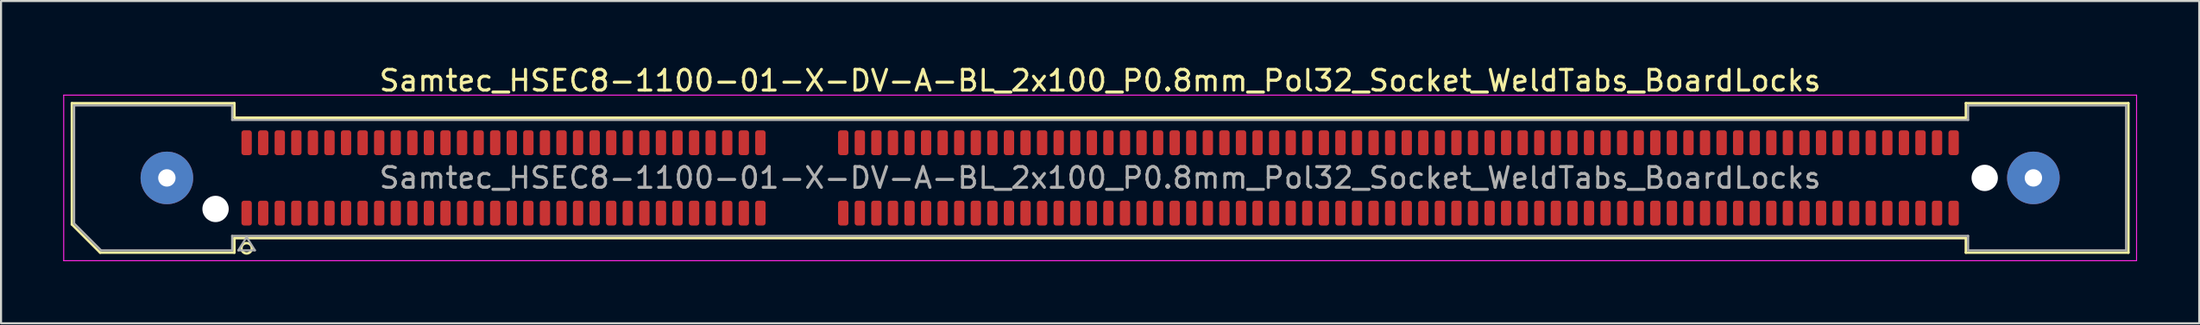
<source format=kicad_pcb>
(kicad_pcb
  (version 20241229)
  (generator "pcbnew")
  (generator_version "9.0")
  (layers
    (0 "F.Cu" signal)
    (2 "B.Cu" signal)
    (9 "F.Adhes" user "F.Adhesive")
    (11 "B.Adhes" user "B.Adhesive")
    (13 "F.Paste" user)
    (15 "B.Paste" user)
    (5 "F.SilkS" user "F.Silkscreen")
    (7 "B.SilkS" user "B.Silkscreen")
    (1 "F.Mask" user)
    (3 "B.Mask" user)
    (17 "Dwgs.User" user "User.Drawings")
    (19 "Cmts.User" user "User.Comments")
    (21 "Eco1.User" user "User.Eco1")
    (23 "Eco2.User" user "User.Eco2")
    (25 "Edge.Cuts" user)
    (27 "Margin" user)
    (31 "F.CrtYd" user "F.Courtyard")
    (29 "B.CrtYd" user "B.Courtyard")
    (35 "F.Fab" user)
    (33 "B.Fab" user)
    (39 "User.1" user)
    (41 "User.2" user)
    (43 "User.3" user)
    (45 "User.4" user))
  (footprint "Samtec_HSEC8-1100-01-X-DV-A-BL_2x100_P0.8mm_Pol32_Socket_WeldTabs_BoardLocks"
    (layer "F.Cu")
    (at 50.055 5.548)
    (property "Reference" "Samtec_HSEC8-1100-01-X-DV-A-BL_2x100_P0.8mm_Pol32_Socket_WeldTabs_BoardLocks" (at 0 -4.7 0) (layer "F.SilkS") (effects (font (size 1 1) (thickness 0.15))))
    (attr smd)
    (fp_line (start -49.635 -3.61) (end -41.79 -3.61) (stroke (width 0.12) (type solid)) (layer "F.SilkS"))
    (fp_line (start -49.635 2.246) (end -49.635 -3.61) (stroke (width 0.12) (type solid)) (layer "F.SilkS"))
    (fp_line (start -48.271 3.61) (end -49.635 2.246) (stroke (width 0.12) (type solid)) (layer "F.SilkS"))
    (fp_line (start -41.79 -3.61) (end -41.79 -2.91) (stroke (width 0.12) (type solid)) (layer "F.SilkS"))
    (fp_line (start -41.79 -2.91) (end 41.79 -2.91) (stroke (width 0.12) (type solid)) (layer "F.SilkS"))
    (fp_line (start -41.79 2.91) (end -41.79 3.61) (stroke (width 0.12) (type solid)) (layer "F.SilkS"))
    (fp_line (start -41.79 3.61) (end -48.271 3.61) (stroke (width 0.12) (type solid)) (layer "F.SilkS"))
    (fp_line (start 41.79 -3.61) (end 49.635 -3.61) (stroke (width 0.12) (type solid)) (layer "F.SilkS"))
    (fp_line (start 41.79 -2.91) (end 41.79 -3.61) (stroke (width 0.12) (type solid)) (layer "F.SilkS"))
    (fp_line (start 41.79 2.91) (end -41.79 2.91) (stroke (width 0.12) (type solid)) (layer "F.SilkS"))
    (fp_line (start 41.79 3.61) (end 41.79 2.91) (stroke (width 0.12) (type solid)) (layer "F.SilkS"))
    (fp_line (start 49.635 -3.61) (end 49.635 3.61) (stroke (width 0.12) (type solid)) (layer "F.SilkS"))
    (fp_line (start 49.635 3.61) (end 41.79 3.61) (stroke (width 0.12) (type solid)) (layer "F.SilkS"))
    (fp_circle (center -41.2 3.4) (end -40.95 3.4) (stroke (width 0.12) (type solid)) (fill no) (layer "F.SilkS"))
    (fp_line (start -50.03 -4) (end -50.03 4) (stroke (width 0.05) (type solid)) (layer "F.CrtYd"))
    (fp_line (start -50.03 4) (end 50.03 4) (stroke (width 0.05) (type solid)) (layer "F.CrtYd"))
    (fp_line (start 50.03 -4) (end -50.03 -4) (stroke (width 0.05) (type solid)) (layer "F.CrtYd"))
    (fp_line (start 50.03 4) (end 50.03 -4) (stroke (width 0.05) (type solid)) (layer "F.CrtYd"))
    (fp_line (start -49.525 -3.5) (end -41.9 -3.5) (stroke (width 0.1) (type solid)) (layer "F.Fab"))
    (fp_line (start -49.525 2.2) (end -49.525 -3.5) (stroke (width 0.1) (type solid)) (layer "F.Fab"))
    (fp_line (start -48.225 3.5) (end -49.525 2.2) (stroke (width 0.1) (type solid)) (layer "F.Fab"))
    (fp_line (start -41.9 -3.5) (end -41.9 -2.8) (stroke (width 0.1) (type solid)) (layer "F.Fab"))
    (fp_line (start -41.9 -2.8) (end 41.9 -2.8) (stroke (width 0.1) (type solid)) (layer "F.Fab"))
    (fp_line (start -41.9 2.8) (end -41.9 3.5) (stroke (width 0.1) (type solid)) (layer "F.Fab"))
    (fp_line (start -41.9 3.5) (end -48.225 3.5) (stroke (width 0.1) (type solid)) (layer "F.Fab"))
    (fp_line (start -41.6 3.5) (end -41.2 2.86) (stroke (width 0.1) (type solid)) (layer "F.Fab"))
    (fp_line (start -41.2 2.86) (end -40.8 3.5) (stroke (width 0.1) (type solid)) (layer "F.Fab"))
    (fp_line (start -40.8 3.5) (end -41.6 3.5) (stroke (width 0.1) (type solid)) (layer "F.Fab"))
    (fp_line (start 41.9 -3.5) (end 49.525 -3.5) (stroke (width 0.1) (type solid)) (layer "F.Fab"))
    (fp_line (start 41.9 -2.8) (end 41.9 -3.5) (stroke (width 0.1) (type solid)) (layer "F.Fab"))
    (fp_line (start 41.9 2.8) (end -41.9 2.8) (stroke (width 0.1) (type solid)) (layer "F.Fab"))
    (fp_line (start 41.9 3.5) (end 41.9 2.8) (stroke (width 0.1) (type solid)) (layer "F.Fab"))
    (fp_line (start 49.525 -3.5) (end 49.525 3.5) (stroke (width 0.1) (type solid)) (layer "F.Fab"))
    (fp_line (start 49.525 3.5) (end 41.9 3.5) (stroke (width 0.1) (type solid)) (layer "F.Fab"))
    (fp_text user "${REFERENCE}" (at 0 0 0) (layer "F.Fab") (effects (font (size 1 1) (thickness 0.15))))
    (pad "" thru_hole circle (at -45.05 0) (size 2.54 2.54) (drill 0.84) (layers "*.Cu" "*.Mask" "F.Paste"))
    (pad "" np_thru_hole circle (at -42.7 1.5) (size 1.27 1.27) (drill 1.27) (layers "*.Cu" "*.Mask"))
    (pad "" np_thru_hole circle (at 42.7 0) (size 1.27 1.27) (drill 1.27) (layers "*.Cu" "*.Mask"))
    (pad "" thru_hole circle (at 45.05 0) (size 2.54 2.54) (drill 0.84) (layers "*.Cu" "*.Mask" "F.Paste"))
    (pad "1" smd roundrect (at -41.2 1.7) (size 0.5 1.2) (layers "F.Cu" "F.Mask" "F.Paste") (roundrect_rratio 0.25))
    (pad "2" smd roundrect (at -41.2 -1.7) (size 0.5 1.2) (layers "F.Cu" "F.Mask" "F.Paste") (roundrect_rratio 0.25))
    (pad "3" smd roundrect (at -40.4 1.7) (size 0.5 1.2) (layers "F.Cu" "F.Mask" "F.Paste") (roundrect_rratio 0.25))
    (pad "4" smd roundrect (at -40.4 -1.7) (size 0.5 1.2) (layers "F.Cu" "F.Mask" "F.Paste") (roundrect_rratio 0.25))
    (pad "5" smd roundrect (at -39.6 1.7) (size 0.5 1.2) (layers "F.Cu" "F.Mask" "F.Paste") (roundrect_rratio 0.25))
    (pad "6" smd roundrect (at -39.6 -1.7) (size 0.5 1.2) (layers "F.Cu" "F.Mask" "F.Paste") (roundrect_rratio 0.25))
    (pad "7" smd roundrect (at -38.8 1.7) (size 0.5 1.2) (layers "F.Cu" "F.Mask" "F.Paste") (roundrect_rratio 0.25))
    (pad "8" smd roundrect (at -38.8 -1.7) (size 0.5 1.2) (layers "F.Cu" "F.Mask" "F.Paste") (roundrect_rratio 0.25))
    (pad "9" smd roundrect (at -38 1.7) (size 0.5 1.2) (layers "F.Cu" "F.Mask" "F.Paste") (roundrect_rratio 0.25))
    (pad "10" smd roundrect (at -38 -1.7) (size 0.5 1.2) (layers "F.Cu" "F.Mask" "F.Paste") (roundrect_rratio 0.25))
    (pad "11" smd roundrect (at -37.2 1.7) (size 0.5 1.2) (layers "F.Cu" "F.Mask" "F.Paste") (roundrect_rratio 0.25))
    (pad "12" smd roundrect (at -37.2 -1.7) (size 0.5 1.2) (layers "F.Cu" "F.Mask" "F.Paste") (roundrect_rratio 0.25))
    (pad "13" smd roundrect (at -36.4 1.7) (size 0.5 1.2) (layers "F.Cu" "F.Mask" "F.Paste") (roundrect_rratio 0.25))
    (pad "14" smd roundrect (at -36.4 -1.7) (size 0.5 1.2) (layers "F.Cu" "F.Mask" "F.Paste") (roundrect_rratio 0.25))
    (pad "15" smd roundrect (at -35.6 1.7) (size 0.5 1.2) (layers "F.Cu" "F.Mask" "F.Paste") (roundrect_rratio 0.25))
    (pad "16" smd roundrect (at -35.6 -1.7) (size 0.5 1.2) (layers "F.Cu" "F.Mask" "F.Paste") (roundrect_rratio 0.25))
    (pad "17" smd roundrect (at -34.8 1.7) (size 0.5 1.2) (layers "F.Cu" "F.Mask" "F.Paste") (roundrect_rratio 0.25))
    (pad "18" smd roundrect (at -34.8 -1.7) (size 0.5 1.2) (layers "F.Cu" "F.Mask" "F.Paste") (roundrect_rratio 0.25))
    (pad "19" smd roundrect (at -34 1.7) (size 0.5 1.2) (layers "F.Cu" "F.Mask" "F.Paste") (roundrect_rratio 0.25))
    (pad "20" smd roundrect (at -34 -1.7) (size 0.5 1.2) (layers "F.Cu" "F.Mask" "F.Paste") (roundrect_rratio 0.25))
    (pad "21" smd roundrect (at -33.2 1.7) (size 0.5 1.2) (layers "F.Cu" "F.Mask" "F.Paste") (roundrect_rratio 0.25))
    (pad "22" smd roundrect (at -33.2 -1.7) (size 0.5 1.2) (layers "F.Cu" "F.Mask" "F.Paste") (roundrect_rratio 0.25))
    (pad "23" smd roundrect (at -32.4 1.7) (size 0.5 1.2) (layers "F.Cu" "F.Mask" "F.Paste") (roundrect_rratio 0.25))
    (pad "24" smd roundrect (at -32.4 -1.7) (size 0.5 1.2) (layers "F.Cu" "F.Mask" "F.Paste") (roundrect_rratio 0.25))
    (pad "25" smd roundrect (at -31.6 1.7) (size 0.5 1.2) (layers "F.Cu" "F.Mask" "F.Paste") (roundrect_rratio 0.25))
    (pad "26" smd roundrect (at -31.6 -1.7) (size 0.5 1.2) (layers "F.Cu" "F.Mask" "F.Paste") (roundrect_rratio 0.25))
    (pad "27" smd roundrect (at -30.8 1.7) (size 0.5 1.2) (layers "F.Cu" "F.Mask" "F.Paste") (roundrect_rratio 0.25))
    (pad "28" smd roundrect (at -30.8 -1.7) (size 0.5 1.2) (layers "F.Cu" "F.Mask" "F.Paste") (roundrect_rratio 0.25))
    (pad "29" smd roundrect (at -30 1.7) (size 0.5 1.2) (layers "F.Cu" "F.Mask" "F.Paste") (roundrect_rratio 0.25))
    (pad "30" smd roundrect (at -30 -1.7) (size 0.5 1.2) (layers "F.Cu" "F.Mask" "F.Paste") (roundrect_rratio 0.25))
    (pad "31" smd roundrect (at -29.2 1.7) (size 0.5 1.2) (layers "F.Cu" "F.Mask" "F.Paste") (roundrect_rratio 0.25))
    (pad "32" smd roundrect (at -29.2 -1.7) (size 0.5 1.2) (layers "F.Cu" "F.Mask" "F.Paste") (roundrect_rratio 0.25))
    (pad "33" smd roundrect (at -28.4 1.7) (size 0.5 1.2) (layers "F.Cu" "F.Mask" "F.Paste") (roundrect_rratio 0.25))
    (pad "34" smd roundrect (at -28.4 -1.7) (size 0.5 1.2) (layers "F.Cu" "F.Mask" "F.Paste") (roundrect_rratio 0.25))
    (pad "35" smd roundrect (at -27.6 1.7) (size 0.5 1.2) (layers "F.Cu" "F.Mask" "F.Paste") (roundrect_rratio 0.25))
    (pad "36" smd roundrect (at -27.6 -1.7) (size 0.5 1.2) (layers "F.Cu" "F.Mask" "F.Paste") (roundrect_rratio 0.25))
    (pad "37" smd roundrect (at -26.8 1.7) (size 0.5 1.2) (layers "F.Cu" "F.Mask" "F.Paste") (roundrect_rratio 0.25))
    (pad "38" smd roundrect (at -26.8 -1.7) (size 0.5 1.2) (layers "F.Cu" "F.Mask" "F.Paste") (roundrect_rratio 0.25))
    (pad "39" smd roundrect (at -26 1.7) (size 0.5 1.2) (layers "F.Cu" "F.Mask" "F.Paste") (roundrect_rratio 0.25))
    (pad "40" smd roundrect (at -26 -1.7) (size 0.5 1.2) (layers "F.Cu" "F.Mask" "F.Paste") (roundrect_rratio 0.25))
    (pad "41" smd roundrect (at -25.2 1.7) (size 0.5 1.2) (layers "F.Cu" "F.Mask" "F.Paste") (roundrect_rratio 0.25))
    (pad "42" smd roundrect (at -25.2 -1.7) (size 0.5 1.2) (layers "F.Cu" "F.Mask" "F.Paste") (roundrect_rratio 0.25))
    (pad "43" smd roundrect (at -24.4 1.7) (size 0.5 1.2) (layers "F.Cu" "F.Mask" "F.Paste") (roundrect_rratio 0.25))
    (pad "44" smd roundrect (at -24.4 -1.7) (size 0.5 1.2) (layers "F.Cu" "F.Mask" "F.Paste") (roundrect_rratio 0.25))
    (pad "45" smd roundrect (at -23.6 1.7) (size 0.5 1.2) (layers "F.Cu" "F.Mask" "F.Paste") (roundrect_rratio 0.25))
    (pad "46" smd roundrect (at -23.6 -1.7) (size 0.5 1.2) (layers "F.Cu" "F.Mask" "F.Paste") (roundrect_rratio 0.25))
    (pad "47" smd roundrect (at -22.8 1.7) (size 0.5 1.2) (layers "F.Cu" "F.Mask" "F.Paste") (roundrect_rratio 0.25))
    (pad "48" smd roundrect (at -22.8 -1.7) (size 0.5 1.2) (layers "F.Cu" "F.Mask" "F.Paste") (roundrect_rratio 0.25))
    (pad "49" smd roundrect (at -22 1.7) (size 0.5 1.2) (layers "F.Cu" "F.Mask" "F.Paste") (roundrect_rratio 0.25))
    (pad "50" smd roundrect (at -22 -1.7) (size 0.5 1.2) (layers "F.Cu" "F.Mask" "F.Paste") (roundrect_rratio 0.25))
    (pad "51" smd roundrect (at -21.2 1.7) (size 0.5 1.2) (layers "F.Cu" "F.Mask" "F.Paste") (roundrect_rratio 0.25))
    (pad "52" smd roundrect (at -21.2 -1.7) (size 0.5 1.2) (layers "F.Cu" "F.Mask" "F.Paste") (roundrect_rratio 0.25))
    (pad "53" smd roundrect (at -20.4 1.7) (size 0.5 1.2) (layers "F.Cu" "F.Mask" "F.Paste") (roundrect_rratio 0.25))
    (pad "54" smd roundrect (at -20.4 -1.7) (size 0.5 1.2) (layers "F.Cu" "F.Mask" "F.Paste") (roundrect_rratio 0.25))
    (pad "55" smd roundrect (at -19.6 1.7) (size 0.5 1.2) (layers "F.Cu" "F.Mask" "F.Paste") (roundrect_rratio 0.25))
    (pad "56" smd roundrect (at -19.6 -1.7) (size 0.5 1.2) (layers "F.Cu" "F.Mask" "F.Paste") (roundrect_rratio 0.25))
    (pad "57" smd roundrect (at -18.8 1.7) (size 0.5 1.2) (layers "F.Cu" "F.Mask" "F.Paste") (roundrect_rratio 0.25))
    (pad "58" smd roundrect (at -18.8 -1.7) (size 0.5 1.2) (layers "F.Cu" "F.Mask" "F.Paste") (roundrect_rratio 0.25))
    (pad "59" smd roundrect (at -18 1.7) (size 0.5 1.2) (layers "F.Cu" "F.Mask" "F.Paste") (roundrect_rratio 0.25))
    (pad "60" smd roundrect (at -18 -1.7) (size 0.5 1.2) (layers "F.Cu" "F.Mask" "F.Paste") (roundrect_rratio 0.25))
    (pad "61" smd roundrect (at -17.2 1.7) (size 0.5 1.2) (layers "F.Cu" "F.Mask" "F.Paste") (roundrect_rratio 0.25))
    (pad "62" smd roundrect (at -17.2 -1.7) (size 0.5 1.2) (layers "F.Cu" "F.Mask" "F.Paste") (roundrect_rratio 0.25))
    (pad "63" smd roundrect (at -16.4 1.7) (size 0.5 1.2) (layers "F.Cu" "F.Mask" "F.Paste") (roundrect_rratio 0.25))
    (pad "64" smd roundrect (at -16.4 -1.7) (size 0.5 1.2) (layers "F.Cu" "F.Mask" "F.Paste") (roundrect_rratio 0.25))
    (pad "65" smd roundrect (at -12.4 1.7) (size 0.5 1.2) (layers "F.Cu" "F.Mask" "F.Paste") (roundrect_rratio 0.25))
    (pad "66" smd roundrect (at -12.4 -1.7) (size 0.5 1.2) (layers "F.Cu" "F.Mask" "F.Paste") (roundrect_rratio 0.25))
    (pad "67" smd roundrect (at -11.6 1.7) (size 0.5 1.2) (layers "F.Cu" "F.Mask" "F.Paste") (roundrect_rratio 0.25))
    (pad "68" smd roundrect (at -11.6 -1.7) (size 0.5 1.2) (layers "F.Cu" "F.Mask" "F.Paste") (roundrect_rratio 0.25))
    (pad "69" smd roundrect (at -10.8 1.7) (size 0.5 1.2) (layers "F.Cu" "F.Mask" "F.Paste") (roundrect_rratio 0.25))
    (pad "70" smd roundrect (at -10.8 -1.7) (size 0.5 1.2) (layers "F.Cu" "F.Mask" "F.Paste") (roundrect_rratio 0.25))
    (pad "71" smd roundrect (at -10 1.7) (size 0.5 1.2) (layers "F.Cu" "F.Mask" "F.Paste") (roundrect_rratio 0.25))
    (pad "72" smd roundrect (at -10 -1.7) (size 0.5 1.2) (layers "F.Cu" "F.Mask" "F.Paste") (roundrect_rratio 0.25))
    (pad "73" smd roundrect (at -9.2 1.7) (size 0.5 1.2) (layers "F.Cu" "F.Mask" "F.Paste") (roundrect_rratio 0.25))
    (pad "74" smd roundrect (at -9.2 -1.7) (size 0.5 1.2) (layers "F.Cu" "F.Mask" "F.Paste") (roundrect_rratio 0.25))
    (pad "75" smd roundrect (at -8.4 1.7) (size 0.5 1.2) (layers "F.Cu" "F.Mask" "F.Paste") (roundrect_rratio 0.25))
    (pad "76" smd roundrect (at -8.4 -1.7) (size 0.5 1.2) (layers "F.Cu" "F.Mask" "F.Paste") (roundrect_rratio 0.25))
    (pad "77" smd roundrect (at -7.6 1.7) (size 0.5 1.2) (layers "F.Cu" "F.Mask" "F.Paste") (roundrect_rratio 0.25))
    (pad "78" smd roundrect (at -7.6 -1.7) (size 0.5 1.2) (layers "F.Cu" "F.Mask" "F.Paste") (roundrect_rratio 0.25))
    (pad "79" smd roundrect (at -6.8 1.7) (size 0.5 1.2) (layers "F.Cu" "F.Mask" "F.Paste") (roundrect_rratio 0.25))
    (pad "80" smd roundrect (at -6.8 -1.7) (size 0.5 1.2) (layers "F.Cu" "F.Mask" "F.Paste") (roundrect_rratio 0.25))
    (pad "81" smd roundrect (at -6 1.7) (size 0.5 1.2) (layers "F.Cu" "F.Mask" "F.Paste") (roundrect_rratio 0.25))
    (pad "82" smd roundrect (at -6 -1.7) (size 0.5 1.2) (layers "F.Cu" "F.Mask" "F.Paste") (roundrect_rratio 0.25))
    (pad "83" smd roundrect (at -5.2 1.7) (size 0.5 1.2) (layers "F.Cu" "F.Mask" "F.Paste") (roundrect_rratio 0.25))
    (pad "84" smd roundrect (at -5.2 -1.7) (size 0.5 1.2) (layers "F.Cu" "F.Mask" "F.Paste") (roundrect_rratio 0.25))
    (pad "85" smd roundrect (at -4.4 1.7) (size 0.5 1.2) (layers "F.Cu" "F.Mask" "F.Paste") (roundrect_rratio 0.25))
    (pad "86" smd roundrect (at -4.4 -1.7) (size 0.5 1.2) (layers "F.Cu" "F.Mask" "F.Paste") (roundrect_rratio 0.25))
    (pad "87" smd roundrect (at -3.6 1.7) (size 0.5 1.2) (layers "F.Cu" "F.Mask" "F.Paste") (roundrect_rratio 0.25))
    (pad "88" smd roundrect (at -3.6 -1.7) (size 0.5 1.2) (layers "F.Cu" "F.Mask" "F.Paste") (roundrect_rratio 0.25))
    (pad "89" smd roundrect (at -2.8 1.7) (size 0.5 1.2) (layers "F.Cu" "F.Mask" "F.Paste") (roundrect_rratio 0.25))
    (pad "90" smd roundrect (at -2.8 -1.7) (size 0.5 1.2) (layers "F.Cu" "F.Mask" "F.Paste") (roundrect_rratio 0.25))
    (pad "91" smd roundrect (at -2 1.7) (size 0.5 1.2) (layers "F.Cu" "F.Mask" "F.Paste") (roundrect_rratio 0.25))
    (pad "92" smd roundrect (at -2 -1.7) (size 0.5 1.2) (layers "F.Cu" "F.Mask" "F.Paste") (roundrect_rratio 0.25))
    (pad "93" smd roundrect (at -1.2 1.7) (size 0.5 1.2) (layers "F.Cu" "F.Mask" "F.Paste") (roundrect_rratio 0.25))
    (pad "94" smd roundrect (at -1.2 -1.7) (size 0.5 1.2) (layers "F.Cu" "F.Mask" "F.Paste") (roundrect_rratio 0.25))
    (pad "95" smd roundrect (at -0.4 1.7) (size 0.5 1.2) (layers "F.Cu" "F.Mask" "F.Paste") (roundrect_rratio 0.25))
    (pad "96" smd roundrect (at -0.4 -1.7) (size 0.5 1.2) (layers "F.Cu" "F.Mask" "F.Paste") (roundrect_rratio 0.25))
    (pad "97" smd roundrect (at 0.4 1.7) (size 0.5 1.2) (layers "F.Cu" "F.Mask" "F.Paste") (roundrect_rratio 0.25))
    (pad "98" smd roundrect (at 0.4 -1.7) (size 0.5 1.2) (layers "F.Cu" "F.Mask" "F.Paste") (roundrect_rratio 0.25))
    (pad "99" smd roundrect (at 1.2 1.7) (size 0.5 1.2) (layers "F.Cu" "F.Mask" "F.Paste") (roundrect_rratio 0.25))
    (pad "100" smd roundrect (at 1.2 -1.7) (size 0.5 1.2) (layers "F.Cu" "F.Mask" "F.Paste") (roundrect_rratio 0.25))
    (pad "101" smd roundrect (at 2 1.7) (size 0.5 1.2) (layers "F.Cu" "F.Mask" "F.Paste") (roundrect_rratio 0.25))
    (pad "102" smd roundrect (at 2 -1.7) (size 0.5 1.2) (layers "F.Cu" "F.Mask" "F.Paste") (roundrect_rratio 0.25))
    (pad "103" smd roundrect (at 2.8 1.7) (size 0.5 1.2) (layers "F.Cu" "F.Mask" "F.Paste") (roundrect_rratio 0.25))
    (pad "104" smd roundrect (at 2.8 -1.7) (size 0.5 1.2) (layers "F.Cu" "F.Mask" "F.Paste") (roundrect_rratio 0.25))
    (pad "105" smd roundrect (at 3.6 1.7) (size 0.5 1.2) (layers "F.Cu" "F.Mask" "F.Paste") (roundrect_rratio 0.25))
    (pad "106" smd roundrect (at 3.6 -1.7) (size 0.5 1.2) (layers "F.Cu" "F.Mask" "F.Paste") (roundrect_rratio 0.25))
    (pad "107" smd roundrect (at 4.4 1.7) (size 0.5 1.2) (layers "F.Cu" "F.Mask" "F.Paste") (roundrect_rratio 0.25))
    (pad "108" smd roundrect (at 4.4 -1.7) (size 0.5 1.2) (layers "F.Cu" "F.Mask" "F.Paste") (roundrect_rratio 0.25))
    (pad "109" smd roundrect (at 5.2 1.7) (size 0.5 1.2) (layers "F.Cu" "F.Mask" "F.Paste") (roundrect_rratio 0.25))
    (pad "110" smd roundrect (at 5.2 -1.7) (size 0.5 1.2) (layers "F.Cu" "F.Mask" "F.Paste") (roundrect_rratio 0.25))
    (pad "111" smd roundrect (at 6 1.7) (size 0.5 1.2) (layers "F.Cu" "F.Mask" "F.Paste") (roundrect_rratio 0.25))
    (pad "112" smd roundrect (at 6 -1.7) (size 0.5 1.2) (layers "F.Cu" "F.Mask" "F.Paste") (roundrect_rratio 0.25))
    (pad "113" smd roundrect (at 6.8 1.7) (size 0.5 1.2) (layers "F.Cu" "F.Mask" "F.Paste") (roundrect_rratio 0.25))
    (pad "114" smd roundrect (at 6.8 -1.7) (size 0.5 1.2) (layers "F.Cu" "F.Mask" "F.Paste") (roundrect_rratio 0.25))
    (pad "115" smd roundrect (at 7.6 1.7) (size 0.5 1.2) (layers "F.Cu" "F.Mask" "F.Paste") (roundrect_rratio 0.25))
    (pad "116" smd roundrect (at 7.6 -1.7) (size 0.5 1.2) (layers "F.Cu" "F.Mask" "F.Paste") (roundrect_rratio 0.25))
    (pad "117" smd roundrect (at 8.4 1.7) (size 0.5 1.2) (layers "F.Cu" "F.Mask" "F.Paste") (roundrect_rratio 0.25))
    (pad "118" smd roundrect (at 8.4 -1.7) (size 0.5 1.2) (layers "F.Cu" "F.Mask" "F.Paste") (roundrect_rratio 0.25))
    (pad "119" smd roundrect (at 9.2 1.7) (size 0.5 1.2) (layers "F.Cu" "F.Mask" "F.Paste") (roundrect_rratio 0.25))
    (pad "120" smd roundrect (at 9.2 -1.7) (size 0.5 1.2) (layers "F.Cu" "F.Mask" "F.Paste") (roundrect_rratio 0.25))
    (pad "121" smd roundrect (at 10 1.7) (size 0.5 1.2) (layers "F.Cu" "F.Mask" "F.Paste") (roundrect_rratio 0.25))
    (pad "122" smd roundrect (at 10 -1.7) (size 0.5 1.2) (layers "F.Cu" "F.Mask" "F.Paste") (roundrect_rratio 0.25))
    (pad "123" smd roundrect (at 10.8 1.7) (size 0.5 1.2) (layers "F.Cu" "F.Mask" "F.Paste") (roundrect_rratio 0.25))
    (pad "124" smd roundrect (at 10.8 -1.7) (size 0.5 1.2) (layers "F.Cu" "F.Mask" "F.Paste") (roundrect_rratio 0.25))
    (pad "125" smd roundrect (at 11.6 1.7) (size 0.5 1.2) (layers "F.Cu" "F.Mask" "F.Paste") (roundrect_rratio 0.25))
    (pad "126" smd roundrect (at 11.6 -1.7) (size 0.5 1.2) (layers "F.Cu" "F.Mask" "F.Paste") (roundrect_rratio 0.25))
    (pad "127" smd roundrect (at 12.4 1.7) (size 0.5 1.2) (layers "F.Cu" "F.Mask" "F.Paste") (roundrect_rratio 0.25))
    (pad "128" smd roundrect (at 12.4 -1.7) (size 0.5 1.2) (layers "F.Cu" "F.Mask" "F.Paste") (roundrect_rratio 0.25))
    (pad "129" smd roundrect (at 13.2 1.7) (size 0.5 1.2) (layers "F.Cu" "F.Mask" "F.Paste") (roundrect_rratio 0.25))
    (pad "130" smd roundrect (at 13.2 -1.7) (size 0.5 1.2) (layers "F.Cu" "F.Mask" "F.Paste") (roundrect_rratio 0.25))
    (pad "131" smd roundrect (at 14 1.7) (size 0.5 1.2) (layers "F.Cu" "F.Mask" "F.Paste") (roundrect_rratio 0.25))
    (pad "132" smd roundrect (at 14 -1.7) (size 0.5 1.2) (layers "F.Cu" "F.Mask" "F.Paste") (roundrect_rratio 0.25))
    (pad "133" smd roundrect (at 14.8 1.7) (size 0.5 1.2) (layers "F.Cu" "F.Mask" "F.Paste") (roundrect_rratio 0.25))
    (pad "134" smd roundrect (at 14.8 -1.7) (size 0.5 1.2) (layers "F.Cu" "F.Mask" "F.Paste") (roundrect_rratio 0.25))
    (pad "135" smd roundrect (at 15.6 1.7) (size 0.5 1.2) (layers "F.Cu" "F.Mask" "F.Paste") (roundrect_rratio 0.25))
    (pad "136" smd roundrect (at 15.6 -1.7) (size 0.5 1.2) (layers "F.Cu" "F.Mask" "F.Paste") (roundrect_rratio 0.25))
    (pad "137" smd roundrect (at 16.4 1.7) (size 0.5 1.2) (layers "F.Cu" "F.Mask" "F.Paste") (roundrect_rratio 0.25))
    (pad "138" smd roundrect (at 16.4 -1.7) (size 0.5 1.2) (layers "F.Cu" "F.Mask" "F.Paste") (roundrect_rratio 0.25))
    (pad "139" smd roundrect (at 17.2 1.7) (size 0.5 1.2) (layers "F.Cu" "F.Mask" "F.Paste") (roundrect_rratio 0.25))
    (pad "140" smd roundrect (at 17.2 -1.7) (size 0.5 1.2) (layers "F.Cu" "F.Mask" "F.Paste") (roundrect_rratio 0.25))
    (pad "141" smd roundrect (at 18 1.7) (size 0.5 1.2) (layers "F.Cu" "F.Mask" "F.Paste") (roundrect_rratio 0.25))
    (pad "142" smd roundrect (at 18 -1.7) (size 0.5 1.2) (layers "F.Cu" "F.Mask" "F.Paste") (roundrect_rratio 0.25))
    (pad "143" smd roundrect (at 18.8 1.7) (size 0.5 1.2) (layers "F.Cu" "F.Mask" "F.Paste") (roundrect_rratio 0.25))
    (pad "144" smd roundrect (at 18.8 -1.7) (size 0.5 1.2) (layers "F.Cu" "F.Mask" "F.Paste") (roundrect_rratio 0.25))
    (pad "145" smd roundrect (at 19.6 1.7) (size 0.5 1.2) (layers "F.Cu" "F.Mask" "F.Paste") (roundrect_rratio 0.25))
    (pad "146" smd roundrect (at 19.6 -1.7) (size 0.5 1.2) (layers "F.Cu" "F.Mask" "F.Paste") (roundrect_rratio 0.25))
    (pad "147" smd roundrect (at 20.4 1.7) (size 0.5 1.2) (layers "F.Cu" "F.Mask" "F.Paste") (roundrect_rratio 0.25))
    (pad "148" smd roundrect (at 20.4 -1.7) (size 0.5 1.2) (layers "F.Cu" "F.Mask" "F.Paste") (roundrect_rratio 0.25))
    (pad "149" smd roundrect (at 21.2 1.7) (size 0.5 1.2) (layers "F.Cu" "F.Mask" "F.Paste") (roundrect_rratio 0.25))
    (pad "150" smd roundrect (at 21.2 -1.7) (size 0.5 1.2) (layers "F.Cu" "F.Mask" "F.Paste") (roundrect_rratio 0.25))
    (pad "151" smd roundrect (at 22 1.7) (size 0.5 1.2) (layers "F.Cu" "F.Mask" "F.Paste") (roundrect_rratio 0.25))
    (pad "152" smd roundrect (at 22 -1.7) (size 0.5 1.2) (layers "F.Cu" "F.Mask" "F.Paste") (roundrect_rratio 0.25))
    (pad "153" smd roundrect (at 22.8 1.7) (size 0.5 1.2) (layers "F.Cu" "F.Mask" "F.Paste") (roundrect_rratio 0.25))
    (pad "154" smd roundrect (at 22.8 -1.7) (size 0.5 1.2) (layers "F.Cu" "F.Mask" "F.Paste") (roundrect_rratio 0.25))
    (pad "155" smd roundrect (at 23.6 1.7) (size 0.5 1.2) (layers "F.Cu" "F.Mask" "F.Paste") (roundrect_rratio 0.25))
    (pad "156" smd roundrect (at 23.6 -1.7) (size 0.5 1.2) (layers "F.Cu" "F.Mask" "F.Paste") (roundrect_rratio 0.25))
    (pad "157" smd roundrect (at 24.4 1.7) (size 0.5 1.2) (layers "F.Cu" "F.Mask" "F.Paste") (roundrect_rratio 0.25))
    (pad "158" smd roundrect (at 24.4 -1.7) (size 0.5 1.2) (layers "F.Cu" "F.Mask" "F.Paste") (roundrect_rratio 0.25))
    (pad "159" smd roundrect (at 25.2 1.7) (size 0.5 1.2) (layers "F.Cu" "F.Mask" "F.Paste") (roundrect_rratio 0.25))
    (pad "160" smd roundrect (at 25.2 -1.7) (size 0.5 1.2) (layers "F.Cu" "F.Mask" "F.Paste") (roundrect_rratio 0.25))
    (pad "161" smd roundrect (at 26 1.7) (size 0.5 1.2) (layers "F.Cu" "F.Mask" "F.Paste") (roundrect_rratio 0.25))
    (pad "162" smd roundrect (at 26 -1.7) (size 0.5 1.2) (layers "F.Cu" "F.Mask" "F.Paste") (roundrect_rratio 0.25))
    (pad "163" smd roundrect (at 26.8 1.7) (size 0.5 1.2) (layers "F.Cu" "F.Mask" "F.Paste") (roundrect_rratio 0.25))
    (pad "164" smd roundrect (at 26.8 -1.7) (size 0.5 1.2) (layers "F.Cu" "F.Mask" "F.Paste") (roundrect_rratio 0.25))
    (pad "165" smd roundrect (at 27.6 1.7) (size 0.5 1.2) (layers "F.Cu" "F.Mask" "F.Paste") (roundrect_rratio 0.25))
    (pad "166" smd roundrect (at 27.6 -1.7) (size 0.5 1.2) (layers "F.Cu" "F.Mask" "F.Paste") (roundrect_rratio 0.25))
    (pad "167" smd roundrect (at 28.4 1.7) (size 0.5 1.2) (layers "F.Cu" "F.Mask" "F.Paste") (roundrect_rratio 0.25))
    (pad "168" smd roundrect (at 28.4 -1.7) (size 0.5 1.2) (layers "F.Cu" "F.Mask" "F.Paste") (roundrect_rratio 0.25))
    (pad "169" smd roundrect (at 29.2 1.7) (size 0.5 1.2) (layers "F.Cu" "F.Mask" "F.Paste") (roundrect_rratio 0.25))
    (pad "170" smd roundrect (at 29.2 -1.7) (size 0.5 1.2) (layers "F.Cu" "F.Mask" "F.Paste") (roundrect_rratio 0.25))
    (pad "171" smd roundrect (at 30 1.7) (size 0.5 1.2) (layers "F.Cu" "F.Mask" "F.Paste") (roundrect_rratio 0.25))
    (pad "172" smd roundrect (at 30 -1.7) (size 0.5 1.2) (layers "F.Cu" "F.Mask" "F.Paste") (roundrect_rratio 0.25))
    (pad "173" smd roundrect (at 30.8 1.7) (size 0.5 1.2) (layers "F.Cu" "F.Mask" "F.Paste") (roundrect_rratio 0.25))
    (pad "174" smd roundrect (at 30.8 -1.7) (size 0.5 1.2) (layers "F.Cu" "F.Mask" "F.Paste") (roundrect_rratio 0.25))
    (pad "175" smd roundrect (at 31.6 1.7) (size 0.5 1.2) (layers "F.Cu" "F.Mask" "F.Paste") (roundrect_rratio 0.25))
    (pad "176" smd roundrect (at 31.6 -1.7) (size 0.5 1.2) (layers "F.Cu" "F.Mask" "F.Paste") (roundrect_rratio 0.25))
    (pad "177" smd roundrect (at 32.4 1.7) (size 0.5 1.2) (layers "F.Cu" "F.Mask" "F.Paste") (roundrect_rratio 0.25))
    (pad "178" smd roundrect (at 32.4 -1.7) (size 0.5 1.2) (layers "F.Cu" "F.Mask" "F.Paste") (roundrect_rratio 0.25))
    (pad "179" smd roundrect (at 33.2 1.7) (size 0.5 1.2) (layers "F.Cu" "F.Mask" "F.Paste") (roundrect_rratio 0.25))
    (pad "180" smd roundrect (at 33.2 -1.7) (size 0.5 1.2) (layers "F.Cu" "F.Mask" "F.Paste") (roundrect_rratio 0.25))
    (pad "181" smd roundrect (at 34 1.7) (size 0.5 1.2) (layers "F.Cu" "F.Mask" "F.Paste") (roundrect_rratio 0.25))
    (pad "182" smd roundrect (at 34 -1.7) (size 0.5 1.2) (layers "F.Cu" "F.Mask" "F.Paste") (roundrect_rratio 0.25))
    (pad "183" smd roundrect (at 34.8 1.7) (size 0.5 1.2) (layers "F.Cu" "F.Mask" "F.Paste") (roundrect_rratio 0.25))
    (pad "184" smd roundrect (at 34.8 -1.7) (size 0.5 1.2) (layers "F.Cu" "F.Mask" "F.Paste") (roundrect_rratio 0.25))
    (pad "185" smd roundrect (at 35.6 1.7) (size 0.5 1.2) (layers "F.Cu" "F.Mask" "F.Paste") (roundrect_rratio 0.25))
    (pad "186" smd roundrect (at 35.6 -1.7) (size 0.5 1.2) (layers "F.Cu" "F.Mask" "F.Paste") (roundrect_rratio 0.25))
    (pad "187" smd roundrect (at 36.4 1.7) (size 0.5 1.2) (layers "F.Cu" "F.Mask" "F.Paste") (roundrect_rratio 0.25))
    (pad "188" smd roundrect (at 36.4 -1.7) (size 0.5 1.2) (layers "F.Cu" "F.Mask" "F.Paste") (roundrect_rratio 0.25))
    (pad "189" smd roundrect (at 37.2 1.7) (size 0.5 1.2) (layers "F.Cu" "F.Mask" "F.Paste") (roundrect_rratio 0.25))
    (pad "190" smd roundrect (at 37.2 -1.7) (size 0.5 1.2) (layers "F.Cu" "F.Mask" "F.Paste") (roundrect_rratio 0.25))
    (pad "191" smd roundrect (at 38 1.7) (size 0.5 1.2) (layers "F.Cu" "F.Mask" "F.Paste") (roundrect_rratio 0.25))
    (pad "192" smd roundrect (at 38 -1.7) (size 0.5 1.2) (layers "F.Cu" "F.Mask" "F.Paste") (roundrect_rratio 0.25))
    (pad "193" smd roundrect (at 38.8 1.7) (size 0.5 1.2) (layers "F.Cu" "F.Mask" "F.Paste") (roundrect_rratio 0.25))
    (pad "194" smd roundrect (at 38.8 -1.7) (size 0.5 1.2) (layers "F.Cu" "F.Mask" "F.Paste") (roundrect_rratio 0.25))
    (pad "195" smd roundrect (at 39.6 1.7) (size 0.5 1.2) (layers "F.Cu" "F.Mask" "F.Paste") (roundrect_rratio 0.25))
    (pad "196" smd roundrect (at 39.6 -1.7) (size 0.5 1.2) (layers "F.Cu" "F.Mask" "F.Paste") (roundrect_rratio 0.25))
    (pad "197" smd roundrect (at 40.4 1.7) (size 0.5 1.2) (layers "F.Cu" "F.Mask" "F.Paste") (roundrect_rratio 0.25))
    (pad "198" smd roundrect (at 40.4 -1.7) (size 0.5 1.2) (layers "F.Cu" "F.Mask" "F.Paste") (roundrect_rratio 0.25))
    (pad "199" smd roundrect (at 41.2 1.7) (size 0.5 1.2) (layers "F.Cu" "F.Mask" "F.Paste") (roundrect_rratio 0.25))
    (pad "200" smd roundrect (at 41.2 -1.7) (size 0.5 1.2) (layers "F.Cu" "F.Mask" "F.Paste") (roundrect_rratio 0.25)))
  (gr_rect
    (start -3 -3)
    (end 103.11 12.573)
    (stroke (width 0.1) (type default))
    (fill no)
    (layer "Edge.Cuts")))
</source>
